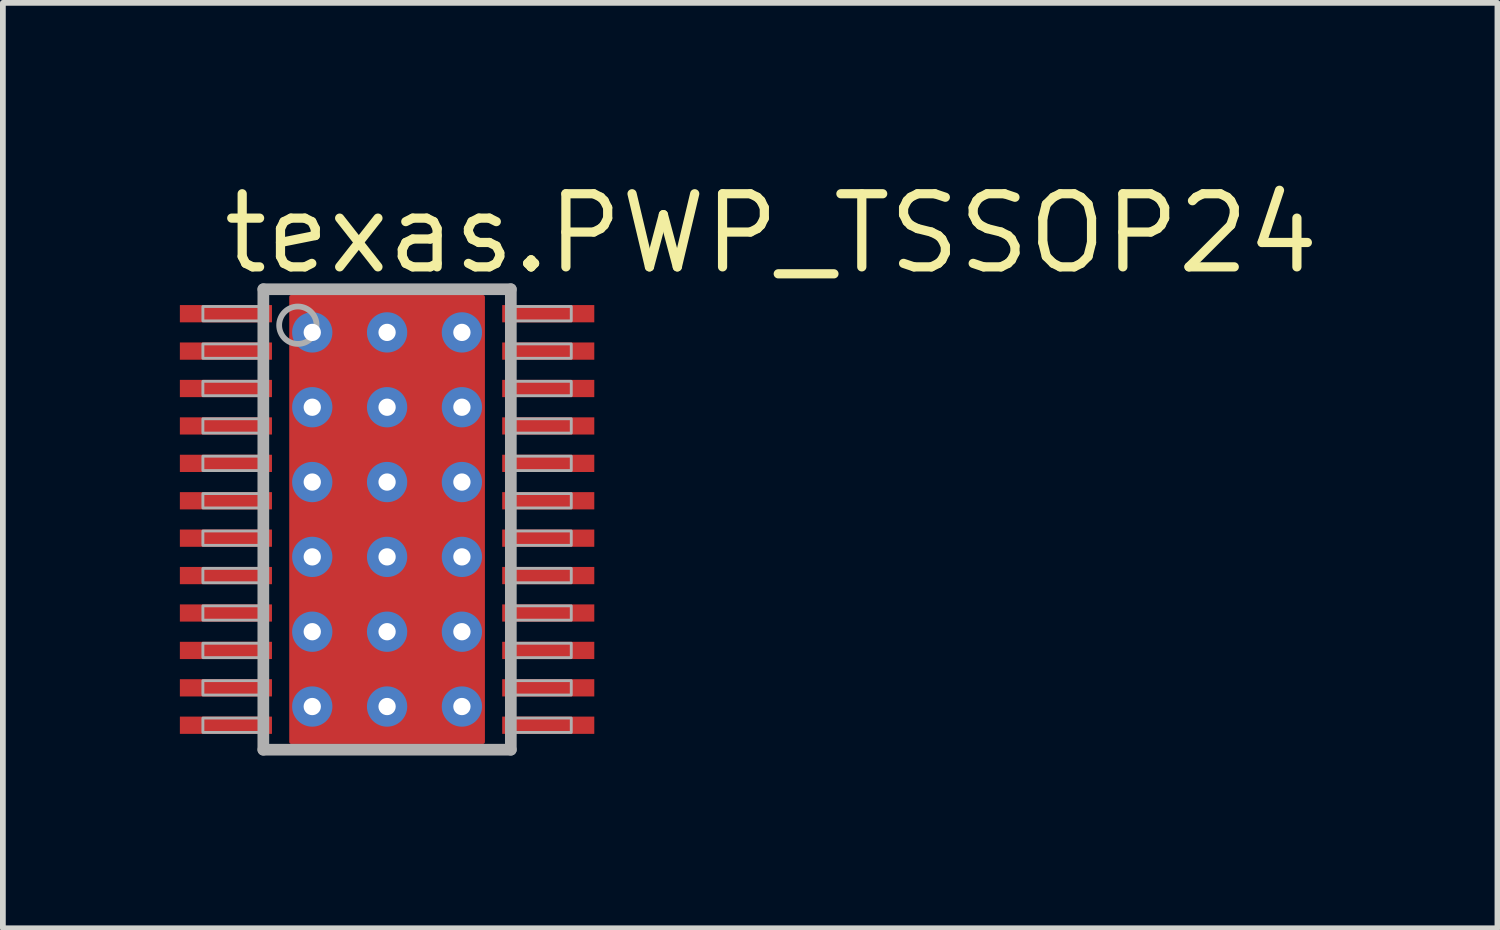
<source format=kicad_pcb>
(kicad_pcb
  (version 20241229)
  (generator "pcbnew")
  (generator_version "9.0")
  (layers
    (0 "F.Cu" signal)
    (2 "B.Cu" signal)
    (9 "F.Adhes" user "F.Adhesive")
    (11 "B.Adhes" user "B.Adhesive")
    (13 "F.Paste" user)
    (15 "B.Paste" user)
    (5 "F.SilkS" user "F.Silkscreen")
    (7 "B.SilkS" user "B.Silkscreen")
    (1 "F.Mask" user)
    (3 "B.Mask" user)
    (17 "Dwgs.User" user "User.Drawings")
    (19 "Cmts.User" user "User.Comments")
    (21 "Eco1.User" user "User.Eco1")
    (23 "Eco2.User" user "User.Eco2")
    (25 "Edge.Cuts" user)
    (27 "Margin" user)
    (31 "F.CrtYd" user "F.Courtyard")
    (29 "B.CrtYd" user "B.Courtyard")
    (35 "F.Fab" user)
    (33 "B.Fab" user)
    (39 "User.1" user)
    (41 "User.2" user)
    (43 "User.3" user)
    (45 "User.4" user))
  (footprint "texas.PWP_TSSOP24"
    (layer "F.Cu")
    (at 3.675 5.975)
    (property "Reference" "texas.PWP_TSSOP24" (at -2.925 -4.225 0) (layer "F.SilkS") (effects (font (size 1.27 1.27) (thickness 0.16)) (justify left bottom)))
    (attr smd)
    (fp_rect (start -3.65 -3.375) (end -1.95 -3.775) (stroke (width 0.05) (type default)) (fill yes) (layer "F.Mask"))
    (fp_rect (start -3.65 -2.725) (end -1.95 -3.125) (stroke (width 0.05) (type default)) (fill yes) (layer "F.Mask"))
    (fp_rect (start -3.65 -2.075) (end -1.95 -2.475) (stroke (width 0.05) (type default)) (fill yes) (layer "F.Mask"))
    (fp_rect (start -3.65 -1.425) (end -1.95 -1.825) (stroke (width 0.05) (type default)) (fill yes) (layer "F.Mask"))
    (fp_rect (start -3.65 -0.775) (end -1.95 -1.175) (stroke (width 0.05) (type default)) (fill yes) (layer "F.Mask"))
    (fp_rect (start -3.65 -0.125) (end -1.95 -0.525) (stroke (width 0.05) (type default)) (fill yes) (layer "F.Mask"))
    (fp_rect (start -3.65 0.525) (end -1.95 0.125) (stroke (width 0.05) (type default)) (fill yes) (layer "F.Mask"))
    (fp_rect (start -3.65 1.175) (end -1.95 0.775) (stroke (width 0.05) (type default)) (fill yes) (layer "F.Mask"))
    (fp_rect (start -3.65 1.825) (end -1.95 1.425) (stroke (width 0.05) (type default)) (fill yes) (layer "F.Mask"))
    (fp_rect (start -3.65 2.475) (end -1.95 2.075) (stroke (width 0.05) (type default)) (fill yes) (layer "F.Mask"))
    (fp_rect (start -3.65 3.125) (end -1.95 2.725) (stroke (width 0.05) (type default)) (fill yes) (layer "F.Mask"))
    (fp_rect (start -3.65 3.775) (end -1.95 3.375) (stroke (width 0.05) (type default)) (fill yes) (layer "F.Mask"))
    (fp_rect (start -1.7 3.9) (end 1.7 -3.9) (stroke (width 0.05) (type default)) (fill yes) (layer "F.Mask"))
    (fp_rect (start 1.95 -3.375) (end 3.65 -3.775) (stroke (width 0.05) (type default)) (fill yes) (layer "F.Mask"))
    (fp_rect (start 1.95 -2.725) (end 3.65 -3.125) (stroke (width 0.05) (type default)) (fill yes) (layer "F.Mask"))
    (fp_rect (start 1.95 -2.075) (end 3.65 -2.475) (stroke (width 0.05) (type default)) (fill yes) (layer "F.Mask"))
    (fp_rect (start 1.95 -1.425) (end 3.65 -1.825) (stroke (width 0.05) (type default)) (fill yes) (layer "F.Mask"))
    (fp_rect (start 1.95 -0.775) (end 3.65 -1.175) (stroke (width 0.05) (type default)) (fill yes) (layer "F.Mask"))
    (fp_rect (start 1.95 -0.125) (end 3.65 -0.525) (stroke (width 0.05) (type default)) (fill yes) (layer "F.Mask"))
    (fp_rect (start 1.95 0.525) (end 3.65 0.125) (stroke (width 0.05) (type default)) (fill yes) (layer "F.Mask"))
    (fp_rect (start 1.95 1.175) (end 3.65 0.775) (stroke (width 0.05) (type default)) (fill yes) (layer "F.Mask"))
    (fp_rect (start 1.95 1.825) (end 3.65 1.425) (stroke (width 0.05) (type default)) (fill yes) (layer "F.Mask"))
    (fp_rect (start 1.95 2.475) (end 3.65 2.075) (stroke (width 0.05) (type default)) (fill yes) (layer "F.Mask"))
    (fp_rect (start 1.95 3.125) (end 3.65 2.725) (stroke (width 0.05) (type default)) (fill yes) (layer "F.Mask"))
    (fp_rect (start 1.95 3.775) (end 3.65 3.375) (stroke (width 0.05) (type default)) (fill yes) (layer "F.Mask"))
    (fp_rect (start -3.575 -3.45) (end -2.025 -3.7) (stroke (width 0.05) (type default)) (fill yes) (layer "F.Paste"))
    (fp_rect (start -3.575 -2.8) (end -2.025 -3.05) (stroke (width 0.05) (type default)) (fill yes) (layer "F.Paste"))
    (fp_rect (start -3.575 -2.15) (end -2.025 -2.4) (stroke (width 0.05) (type default)) (fill yes) (layer "F.Paste"))
    (fp_rect (start -3.575 -1.5) (end -2.025 -1.75) (stroke (width 0.05) (type default)) (fill yes) (layer "F.Paste"))
    (fp_rect (start -3.575 -0.85) (end -2.025 -1.1) (stroke (width 0.05) (type default)) (fill yes) (layer "F.Paste"))
    (fp_rect (start -3.575 -0.2) (end -2.025 -0.45) (stroke (width 0.05) (type default)) (fill yes) (layer "F.Paste"))
    (fp_rect (start -3.575 0.45) (end -2.025 0.2) (stroke (width 0.05) (type default)) (fill yes) (layer "F.Paste"))
    (fp_rect (start -3.575 1.1) (end -2.025 0.85) (stroke (width 0.05) (type default)) (fill yes) (layer "F.Paste"))
    (fp_rect (start -3.575 1.75) (end -2.025 1.5) (stroke (width 0.05) (type default)) (fill yes) (layer "F.Paste"))
    (fp_rect (start -3.575 2.4) (end -2.025 2.15) (stroke (width 0.05) (type default)) (fill yes) (layer "F.Paste"))
    (fp_rect (start -3.575 3.05) (end -2.025 2.8) (stroke (width 0.05) (type default)) (fill yes) (layer "F.Paste"))
    (fp_rect (start -3.575 3.7) (end -2.025 3.45) (stroke (width 0.05) (type default)) (fill yes) (layer "F.Paste"))
    (fp_rect (start -1.2 2.575) (end 1.2 -2.575) (stroke (width 0.05) (type default)) (fill yes) (layer "F.Paste"))
    (fp_rect (start 2.025 -3.45) (end 3.575 -3.7) (stroke (width 0.05) (type default)) (fill yes) (layer "F.Paste"))
    (fp_rect (start 2.025 -2.8) (end 3.575 -3.05) (stroke (width 0.05) (type default)) (fill yes) (layer "F.Paste"))
    (fp_rect (start 2.025 -2.15) (end 3.575 -2.4) (stroke (width 0.05) (type default)) (fill yes) (layer "F.Paste"))
    (fp_rect (start 2.025 -1.5) (end 3.575 -1.75) (stroke (width 0.05) (type default)) (fill yes) (layer "F.Paste"))
    (fp_rect (start 2.025 -0.85) (end 3.575 -1.1) (stroke (width 0.05) (type default)) (fill yes) (layer "F.Paste"))
    (fp_rect (start 2.025 -0.2) (end 3.575 -0.45) (stroke (width 0.05) (type default)) (fill yes) (layer "F.Paste"))
    (fp_rect (start 2.025 0.45) (end 3.575 0.2) (stroke (width 0.05) (type default)) (fill yes) (layer "F.Paste"))
    (fp_rect (start 2.025 1.1) (end 3.575 0.85) (stroke (width 0.05) (type default)) (fill yes) (layer "F.Paste"))
    (fp_rect (start 2.025 1.75) (end 3.575 1.5) (stroke (width 0.05) (type default)) (fill yes) (layer "F.Paste"))
    (fp_rect (start 2.025 2.4) (end 3.575 2.15) (stroke (width 0.05) (type default)) (fill yes) (layer "F.Paste"))
    (fp_rect (start 2.025 3.05) (end 3.575 2.8) (stroke (width 0.05) (type default)) (fill yes) (layer "F.Paste"))
    (fp_rect (start 2.025 3.7) (end 3.575 3.45) (stroke (width 0.05) (type default)) (fill yes) (layer "F.Paste"))
    (fp_line (start -2.15 -4) (end -2.15 4) (stroke (width 0.203) (type default)) (layer "F.Fab"))
    (fp_line (start -2.15 4) (end 2.15 4) (stroke (width 0.203) (type default)) (layer "F.Fab"))
    (fp_line (start 2.15 -4) (end -2.15 -4) (stroke (width 0.203) (type default)) (layer "F.Fab"))
    (fp_line (start 2.15 4) (end 2.15 -4) (stroke (width 0.203) (type default)) (layer "F.Fab"))
    (fp_rect (start -3.2 -3.45) (end -2.2 -3.7) (stroke (width 0.05) (type default)) (fill no) (layer "F.Fab"))
    (fp_rect (start -3.2 -2.8) (end -2.2 -3.05) (stroke (width 0.05) (type default)) (fill no) (layer "F.Fab"))
    (fp_rect (start -3.2 -2.15) (end -2.2 -2.4) (stroke (width 0.05) (type default)) (fill no) (layer "F.Fab"))
    (fp_rect (start -3.2 -1.5) (end -2.2 -1.75) (stroke (width 0.05) (type default)) (fill no) (layer "F.Fab"))
    (fp_rect (start -3.2 -0.85) (end -2.2 -1.1) (stroke (width 0.05) (type default)) (fill no) (layer "F.Fab"))
    (fp_rect (start -3.2 -0.2) (end -2.2 -0.45) (stroke (width 0.05) (type default)) (fill no) (layer "F.Fab"))
    (fp_rect (start -3.2 0.45) (end -2.2 0.2) (stroke (width 0.05) (type default)) (fill no) (layer "F.Fab"))
    (fp_rect (start -3.2 1.1) (end -2.2 0.85) (stroke (width 0.05) (type default)) (fill no) (layer "F.Fab"))
    (fp_rect (start -3.2 1.75) (end -2.2 1.5) (stroke (width 0.05) (type default)) (fill no) (layer "F.Fab"))
    (fp_rect (start -3.2 2.4) (end -2.2 2.15) (stroke (width 0.05) (type default)) (fill no) (layer "F.Fab"))
    (fp_rect (start -3.2 3.05) (end -2.2 2.8) (stroke (width 0.05) (type default)) (fill no) (layer "F.Fab"))
    (fp_rect (start -3.2 3.7) (end -2.2 3.45) (stroke (width 0.05) (type default)) (fill no) (layer "F.Fab"))
    (fp_rect (start 2.2 -3.45) (end 3.2 -3.7) (stroke (width 0.05) (type default)) (fill no) (layer "F.Fab"))
    (fp_rect (start 2.2 -2.8) (end 3.2 -3.05) (stroke (width 0.05) (type default)) (fill no) (layer "F.Fab"))
    (fp_rect (start 2.2 -2.15) (end 3.2 -2.4) (stroke (width 0.05) (type default)) (fill no) (layer "F.Fab"))
    (fp_rect (start 2.2 -1.5) (end 3.2 -1.75) (stroke (width 0.05) (type default)) (fill no) (layer "F.Fab"))
    (fp_rect (start 2.2 -0.85) (end 3.2 -1.1) (stroke (width 0.05) (type default)) (fill no) (layer "F.Fab"))
    (fp_rect (start 2.2 -0.2) (end 3.2 -0.45) (stroke (width 0.05) (type default)) (fill no) (layer "F.Fab"))
    (fp_rect (start 2.2 0.45) (end 3.2 0.2) (stroke (width 0.05) (type default)) (fill no) (layer "F.Fab"))
    (fp_rect (start 2.2 1.1) (end 3.2 0.85) (stroke (width 0.05) (type default)) (fill no) (layer "F.Fab"))
    (fp_rect (start 2.2 1.75) (end 3.2 1.5) (stroke (width 0.05) (type default)) (fill no) (layer "F.Fab"))
    (fp_rect (start 2.2 2.4) (end 3.2 2.15) (stroke (width 0.05) (type default)) (fill no) (layer "F.Fab"))
    (fp_rect (start 2.2 3.05) (end 3.2 2.8) (stroke (width 0.05) (type default)) (fill no) (layer "F.Fab"))
    (fp_rect (start 2.2 3.7) (end 3.2 3.45) (stroke (width 0.05) (type default)) (fill no) (layer "F.Fab"))
    (fp_circle (center -1.55 -3.375) (end -1.225 -3.375) (stroke (width 0.1) (type default)) (fill no) (layer "F.Fab"))
    (pad "1" smd roundrect (at -2.8 -3.575) (size 1.6 0.3) (layers "F.Cu" "F.Mask" "F.Paste") (roundrect_rratio 0.01))
    (pad "2" smd roundrect (at -2.8 -2.925) (size 1.6 0.3) (layers "F.Cu" "F.Mask" "F.Paste") (roundrect_rratio 0.01))
    (pad "3" smd roundrect (at -2.8 -2.275) (size 1.6 0.3) (layers "F.Cu" "F.Mask" "F.Paste") (roundrect_rratio 0.01))
    (pad "4" smd roundrect (at -2.8 -1.625) (size 1.6 0.3) (layers "F.Cu" "F.Mask" "F.Paste") (roundrect_rratio 0.01))
    (pad "5" smd roundrect (at -2.8 -0.975) (size 1.6 0.3) (layers "F.Cu" "F.Mask" "F.Paste") (roundrect_rratio 0.01))
    (pad "6" smd roundrect (at -2.8 -0.325) (size 1.6 0.3) (layers "F.Cu" "F.Mask" "F.Paste") (roundrect_rratio 0.01))
    (pad "7" smd roundrect (at -2.8 0.325) (size 1.6 0.3) (layers "F.Cu" "F.Mask" "F.Paste") (roundrect_rratio 0.01))
    (pad "8" smd roundrect (at -2.8 0.975) (size 1.6 0.3) (layers "F.Cu" "F.Mask" "F.Paste") (roundrect_rratio 0.01))
    (pad "9" smd roundrect (at -2.8 1.625) (size 1.6 0.3) (layers "F.Cu" "F.Mask" "F.Paste") (roundrect_rratio 0.01))
    (pad "10" smd roundrect (at -2.8 2.275) (size 1.6 0.3) (layers "F.Cu" "F.Mask" "F.Paste") (roundrect_rratio 0.01))
    (pad "11" smd roundrect (at -2.8 2.925) (size 1.6 0.3) (layers "F.Cu" "F.Mask" "F.Paste") (roundrect_rratio 0.01))
    (pad "12" smd roundrect (at -2.8 3.575) (size 1.6 0.3) (layers "F.Cu" "F.Mask" "F.Paste") (roundrect_rratio 0.01))
    (pad "13" smd roundrect (at 2.8 3.575 180) (size 1.6 0.3) (layers "F.Cu" "F.Mask" "F.Paste") (roundrect_rratio 0.01))
    (pad "14" smd roundrect (at 2.8 2.925 180) (size 1.6 0.3) (layers "F.Cu" "F.Mask" "F.Paste") (roundrect_rratio 0.01))
    (pad "15" smd roundrect (at 2.8 2.275 180) (size 1.6 0.3) (layers "F.Cu" "F.Mask" "F.Paste") (roundrect_rratio 0.01))
    (pad "16" smd roundrect (at 2.8 1.625 180) (size 1.6 0.3) (layers "F.Cu" "F.Mask" "F.Paste") (roundrect_rratio 0.01))
    (pad "17" smd roundrect (at 2.8 0.975 180) (size 1.6 0.3) (layers "F.Cu" "F.Mask" "F.Paste") (roundrect_rratio 0.01))
    (pad "18" smd roundrect (at 2.8 0.325 180) (size 1.6 0.3) (layers "F.Cu" "F.Mask" "F.Paste") (roundrect_rratio 0.01))
    (pad "19" smd roundrect (at 2.8 -0.325 180) (size 1.6 0.3) (layers "F.Cu" "F.Mask" "F.Paste") (roundrect_rratio 0.01))
    (pad "20" smd roundrect (at 2.8 -0.975 180) (size 1.6 0.3) (layers "F.Cu" "F.Mask" "F.Paste") (roundrect_rratio 0.01))
    (pad "21" smd roundrect (at 2.8 -1.625 180) (size 1.6 0.3) (layers "F.Cu" "F.Mask" "F.Paste") (roundrect_rratio 0.01))
    (pad "22" smd roundrect (at 2.8 -2.275 180) (size 1.6 0.3) (layers "F.Cu" "F.Mask" "F.Paste") (roundrect_rratio 0.01))
    (pad "23" smd roundrect (at 2.8 -2.925 180) (size 1.6 0.3) (layers "F.Cu" "F.Mask" "F.Paste") (roundrect_rratio 0.01))
    (pad "24" smd roundrect (at 2.8 -3.575 180) (size 1.6 0.3) (layers "F.Cu" "F.Mask" "F.Paste") (roundrect_rratio 0.01))
    (pad "EXP" smd roundrect (at 0 0) (size 3.4 7.8) (layers "F.Cu" "F.Mask" "F.Paste") (roundrect_rratio 0.01))
    (pad "EXP@1" thru_hole circle (at -1.3 -3.25) (size 0.7 0.7) (drill 0.3) (layers "*.Cu" "*.Mask"))
    (pad "EXP@2" thru_hole circle (at 0 -3.25) (size 0.7 0.7) (drill 0.3) (layers "*.Cu" "*.Mask"))
    (pad "EXP@3" thru_hole circle (at 1.3 -3.25) (size 0.7 0.7) (drill 0.3) (layers "*.Cu" "*.Mask"))
    (pad "EXP@4" thru_hole circle (at -1.3 -1.95) (size 0.7 0.7) (drill 0.3) (layers "*.Cu" "*.Mask"))
    (pad "EXP@5" thru_hole circle (at 0 -1.95) (size 0.7 0.7) (drill 0.3) (layers "*.Cu" "*.Mask"))
    (pad "EXP@6" thru_hole circle (at 1.3 -1.95) (size 0.7 0.7) (drill 0.3) (layers "*.Cu" "*.Mask"))
    (pad "EXP@7" thru_hole circle (at -1.3 -0.65) (size 0.7 0.7) (drill 0.3) (layers "*.Cu" "*.Mask"))
    (pad "EXP@8" thru_hole circle (at 0 -0.65) (size 0.7 0.7) (drill 0.3) (layers "*.Cu" "*.Mask"))
    (pad "EXP@9" thru_hole circle (at 1.3 -0.65) (size 0.7 0.7) (drill 0.3) (layers "*.Cu" "*.Mask"))
    (pad "EXP@10" thru_hole circle (at -1.3 0.65) (size 0.7 0.7) (drill 0.3) (layers "*.Cu" "*.Mask"))
    (pad "EXP@11" thru_hole circle (at 0 0.65) (size 0.7 0.7) (drill 0.3) (layers "*.Cu" "*.Mask"))
    (pad "EXP@12" thru_hole circle (at 1.3 0.65) (size 0.7 0.7) (drill 0.3) (layers "*.Cu" "*.Mask"))
    (pad "EXP@13" thru_hole circle (at -1.3 1.95) (size 0.7 0.7) (drill 0.3) (layers "*.Cu" "*.Mask"))
    (pad "EXP@14" thru_hole circle (at 0 1.95) (size 0.7 0.7) (drill 0.3) (layers "*.Cu" "*.Mask"))
    (pad "EXP@15" thru_hole circle (at 1.3 1.95) (size 0.7 0.7) (drill 0.3) (layers "*.Cu" "*.Mask"))
    (pad "EXP@16" thru_hole circle (at -1.3 3.25) (size 0.7 0.7) (drill 0.3) (layers "*.Cu" "*.Mask"))
    (pad "EXP@17" thru_hole circle (at 0 3.25) (size 0.7 0.7) (drill 0.3) (layers "*.Cu" "*.Mask"))
    (pad "EXP@18" thru_hole circle (at 1.3 3.25) (size 0.7 0.7) (drill 0.3) (layers "*.Cu" "*.Mask")))
  (gr_rect
    (start -3 -3)
    (end 22.966 13.077)
    (stroke (width 0.1) (type default))
    (fill no)
    (layer "Edge.Cuts")))
</source>
